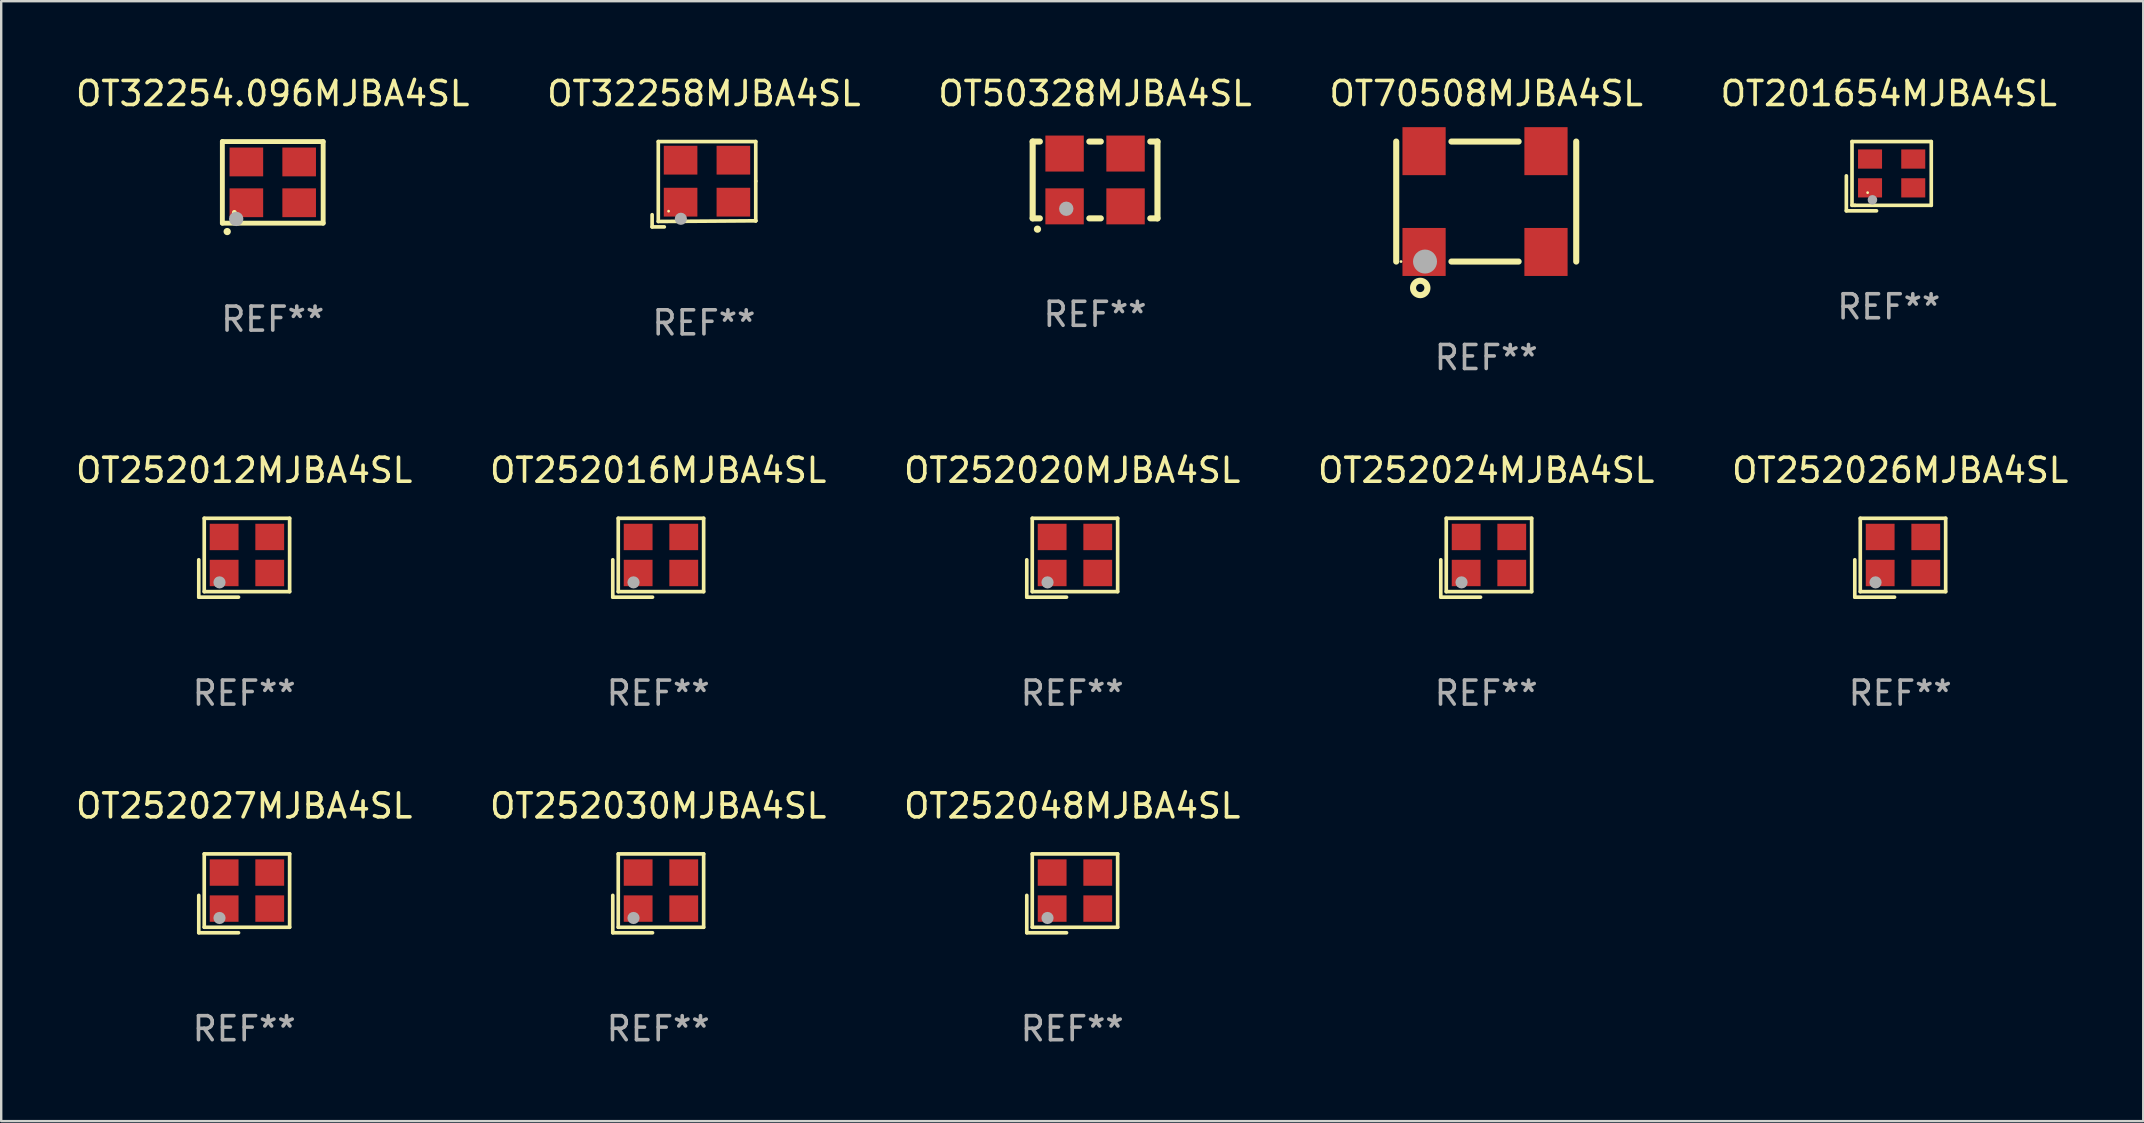
<source format=kicad_pcb>
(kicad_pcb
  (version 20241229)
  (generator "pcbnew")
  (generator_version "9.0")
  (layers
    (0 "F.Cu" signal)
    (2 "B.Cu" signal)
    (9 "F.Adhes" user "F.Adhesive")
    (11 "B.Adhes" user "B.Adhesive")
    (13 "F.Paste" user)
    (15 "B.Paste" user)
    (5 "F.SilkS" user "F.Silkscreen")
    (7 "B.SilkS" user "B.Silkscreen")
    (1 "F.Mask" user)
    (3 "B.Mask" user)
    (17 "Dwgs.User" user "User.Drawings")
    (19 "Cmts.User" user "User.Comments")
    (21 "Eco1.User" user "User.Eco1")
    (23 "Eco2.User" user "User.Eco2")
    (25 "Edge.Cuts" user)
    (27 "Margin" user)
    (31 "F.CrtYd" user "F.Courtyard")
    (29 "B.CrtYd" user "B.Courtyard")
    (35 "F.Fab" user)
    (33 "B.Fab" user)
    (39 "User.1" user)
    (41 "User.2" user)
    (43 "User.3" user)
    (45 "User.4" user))
  (footprint "OT201654MJBA4SL"
    (layer "F.Cu")
    (at 75.649 4.291)
    (property "Reference" "OT201654MJBA4SL" (at 0 -3.443 0) (layer "F.SilkS") (effects (font (size 1 1) (thickness 0.15))))
    (attr through_hole)
    (fp_line (start -1.769 -0.014) (end -1.769 1.443) (stroke (width 0.152) (type solid)) (layer "F.SilkS"))
    (fp_line (start -1.769 1.443) (end -0.512 1.443) (stroke (width 0.152) (type solid)) (layer "F.SilkS"))
    (fp_line (start -1.533 -1.443) (end 1.769 -1.443) (stroke (width 0.152) (type solid)) (layer "F.SilkS"))
    (fp_line (start -1.533 1.214) (end -1.533 -1.443) (stroke (width 0.152) (type solid)) (layer "F.SilkS"))
    (fp_line (start -1.411 1.214) (end -1.533 1.214) (stroke (width 0.152) (type solid)) (layer "F.SilkS"))
    (fp_line (start 1.769 -1.443) (end 1.769 1.214) (stroke (width 0.152) (type solid)) (layer "F.SilkS"))
    (fp_line (start 1.769 1.214) (end -1.411 1.214) (stroke (width 0.152) (type solid)) (layer "F.SilkS"))
    (fp_circle (center -0.882 0.686) (end -0.852 0.686) (stroke (width 0.06) (type solid)) (fill no) (layer "F.SilkS"))
    (fp_circle (center -0.682 0.986) (end -0.582 0.986) (stroke (width 0.2) (type solid)) (fill no) (layer "F.Fab"))
    (fp_text user "REF**" (at 0 5.443 0) (layer "F.Fab") (effects (font (size 1 1) (thickness 0.15))))
    (pad "1" smd rect (at -0.782 0.486 90) (size 0.8 1) (layers "F.Cu" "F.Mask" "F.Paste"))
    (pad "2" smd rect (at 1.018 0.486 90) (size 0.8 1) (layers "F.Cu" "F.Mask" "F.Paste"))
    (pad "3" smd rect (at 1.018 -0.714 90) (size 0.8 1) (layers "F.Cu" "F.Mask" "F.Paste"))
    (pad "4" smd rect (at -0.782 -0.714 90) (size 0.8 1) (layers "F.Cu" "F.Mask" "F.Paste")))
  (footprint "OT70508MJBA4SL"
    (layer "F.Cu")
    (at 58.875 5.348)
    (property "Reference" "OT70508MJBA4SL" (at 0 -4.5 0) (layer "F.SilkS") (effects (font (size 1 1) (thickness 0.15))))
    (attr through_hole)
    (fp_line (start -3.75 -2.5) (end -3.75 2.5) (stroke (width 0.254) (type solid)) (layer "F.SilkS"))
    (fp_line (start -1.45 -2.5) (end 1.35 -2.5) (stroke (width 0.254) (type solid)) (layer "F.SilkS"))
    (fp_line (start -1.45 2.5) (end 1.35 2.5) (stroke (width 0.254) (type solid)) (layer "F.SilkS"))
    (fp_line (start 3.75 -2.5) (end 3.75 2.5) (stroke (width 0.254) (type solid)) (layer "F.SilkS"))
    (fp_circle (center -3.55 2.5) (end -3.52 2.5) (stroke (width 0.06) (type solid)) (fill no) (layer "F.SilkS"))
    (fp_circle (center -2.75 3.6) (end -2.45 3.6) (stroke (width 0.254) (type solid)) (fill no) (layer "F.SilkS"))
    (fp_circle (center -2.55 2.5) (end -2.3 2.5) (stroke (width 0.5) (type solid)) (fill no) (layer "F.Fab"))
    (fp_text user "REF**" (at 0 6.5 0) (layer "F.Fab") (effects (font (size 1 1) (thickness 0.15))))
    (pad "1" smd rect (at -2.59 2.1) (size 1.8 2) (layers "F.Cu" "F.Mask" "F.Paste"))
    (pad "2" smd rect (at 2.49 2.1) (size 1.8 2) (layers "F.Cu" "F.Mask" "F.Paste"))
    (pad "3" smd rect (at 2.49 -2.1) (size 1.8 2) (layers "F.Cu" "F.Mask" "F.Paste"))
    (pad "4" smd rect (at -2.59 -2.1) (size 1.8 2) (layers "F.Cu" "F.Mask" "F.Paste")))
  (footprint "OT32254.096MJBA4SL"
    (layer "F.Cu")
    (at 8.315 4.548)
    (property "Reference" "OT32254.096MJBA4SL" (at 0 -3.7 0) (layer "F.SilkS") (effects (font (size 1 1) (thickness 0.15))))
    (attr through_hole)
    (fp_line (start -2.1 -1.7) (end -2.1 1.7) (stroke (width 0.203) (type solid)) (layer "F.SilkS"))
    (fp_line (start -2.1 1.7) (end 2.1 1.7) (stroke (width 0.203) (type solid)) (layer "F.SilkS"))
    (fp_line (start 2.1 -1.7) (end -2.1 -1.7) (stroke (width 0.203) (type solid)) (layer "F.SilkS"))
    (fp_line (start 2.1 1.7) (end 2.1 -1.7) (stroke (width 0.203) (type solid)) (layer "F.SilkS"))
    (fp_arc (start -1.899924 2.049784) (mid -1.898654 2.049779) (end -1.897384 2.049784) (stroke (width 0.3) (type solid)) (layer "F.SilkS"))
    (fp_circle (center -1.6 1.25) (end -1.55 1.25) (stroke (width 0.1) (type solid)) (fill no) (layer "F.SilkS"))
    (fp_circle (center -1.524 1.524) (end -1.374 1.524) (stroke (width 0.3) (type solid)) (fill no) (layer "F.Fab"))
    (fp_text user "REF**" (at 0 5.7 0) (layer "F.Fab") (effects (font (size 1 1) (thickness 0.15))))
    (pad "1" smd rect (at -1.1 0.85) (size 1.4 1.2) (layers "F.Cu" "F.Mask" "F.Paste"))
    (pad "2" smd rect (at 1.1 0.85) (size 1.4 1.2) (layers "F.Cu" "F.Mask" "F.Paste"))
    (pad "3" smd rect (at 1.1 -0.85) (size 1.4 1.2) (layers "F.Cu" "F.Mask" "F.Paste"))
    (pad "4" smd rect (at -1.1 -0.85) (size 1.4 1.2) (layers "F.Cu" "F.Mask" "F.Paste")))
  (footprint "OT252026MJBA4SL"
    (layer "F.Cu")
    (at 76.125 20.188)
    (property "Reference" "OT252026MJBA4SL" (at 0 -3.643 0) (layer "F.SilkS") (effects (font (size 1 1) (thickness 0.15))))
    (attr through_hole)
    (fp_line (start -1.893 0.086) (end -1.893 1.643) (stroke (width 0.152) (type solid)) (layer "F.SilkS"))
    (fp_line (start -1.893 1.643) (end -0.237 1.643) (stroke (width 0.152) (type solid)) (layer "F.SilkS"))
    (fp_line (start -1.665 -1.643) (end 1.893 -1.643) (stroke (width 0.152) (type solid)) (layer "F.SilkS"))
    (fp_line (start -1.665 1.414) (end -1.665 -1.643) (stroke (width 0.152) (type solid)) (layer "F.SilkS"))
    (fp_line (start 1.893 -1.643) (end 1.893 1.414) (stroke (width 0.152) (type solid)) (layer "F.SilkS"))
    (fp_line (start 1.893 1.414) (end -1.665 1.414) (stroke (width 0.152) (type solid)) (layer "F.SilkS"))
    (fp_circle (center -1.136 0.885) (end -1.106 0.885) (stroke (width 0.06) (type solid)) (fill no) (layer "F.SilkS"))
    (fp_circle (center -1.029 1.028) (end -0.902 1.028) (stroke (width 0.254) (type solid)) (fill no) (layer "F.Fab"))
    (fp_text user "REF**" (at 0 5.643 0) (layer "F.Fab") (effects (font (size 1 1) (thickness 0.15))))
    (pad "1" smd rect (at -0.836 0.636) (size 1.2 1.1) (layers "F.Cu" "F.Mask" "F.Paste"))
    (pad "2" smd rect (at 1.064 0.636) (size 1.2 1.1) (layers "F.Cu" "F.Mask" "F.Paste"))
    (pad "3" smd rect (at 1.064 -0.865) (size 1.2 1.1) (layers "F.Cu" "F.Mask" "F.Paste"))
    (pad "4" smd rect (at -0.836 -0.865) (size 1.2 1.1) (layers "F.Cu" "F.Mask" "F.Paste")))
  (footprint "OT50328MJBA4SL"
    (layer "F.Cu")
    (at 42.577 4.448)
    (property "Reference" "OT50328MJBA4SL" (at 0 -3.6 0) (layer "F.SilkS") (effects (font (size 1 1) (thickness 0.15))))
    (attr through_hole)
    (fp_line (start -2.6 -1.6) (end -2.301 -1.6) (stroke (width 0.254) (type solid)) (layer "F.SilkS"))
    (fp_line (start -2.6 1.6) (end -2.6 -1.6) (stroke (width 0.254) (type solid)) (layer "F.SilkS"))
    (fp_line (start -2.301 1.6) (end -2.6 1.6) (stroke (width 0.254) (type solid)) (layer "F.SilkS"))
    (fp_line (start -0.239 -1.6) (end 0.239 -1.6) (stroke (width 0.254) (type solid)) (layer "F.SilkS"))
    (fp_line (start 0.239 1.6) (end -0.239 1.6) (stroke (width 0.254) (type solid)) (layer "F.SilkS"))
    (fp_line (start 2.301 -1.6) (end 2.6 -1.6) (stroke (width 0.254) (type solid)) (layer "F.SilkS"))
    (fp_line (start 2.6 -1.6) (end 2.6 1.6) (stroke (width 0.254) (type solid)) (layer "F.SilkS"))
    (fp_line (start 2.6 1.6) (end 2.301 1.6) (stroke (width 0.254) (type solid)) (layer "F.SilkS"))
    (fp_arc (start -2.401219 2.049987) (mid -2.399949 2.049982) (end -2.398679 2.049987) (stroke (width 0.3) (type solid)) (layer "F.SilkS"))
    (fp_circle (center -2.5 1.6) (end -2.47 1.6) (stroke (width 0.06) (type solid)) (fill no) (layer "F.SilkS"))
    (fp_circle (center -1.2 1.2) (end -1.05 1.2) (stroke (width 0.3) (type solid)) (fill no) (layer "F.Fab"))
    (fp_text user "REF**" (at 0 5.6 0) (layer "F.Fab") (effects (font (size 1 1) (thickness 0.15))))
    (pad "1" smd rect (at -1.27 1.1) (size 1.6 1.5) (layers "F.Cu" "F.Mask" "F.Paste"))
    (pad "2" smd rect (at 1.27 1.1) (size 1.6 1.5) (layers "F.Cu" "F.Mask" "F.Paste"))
    (pad "3" smd rect (at 1.27 -1.1) (size 1.6 1.5) (layers "F.Cu" "F.Mask" "F.Paste"))
    (pad "4" smd rect (at -1.27 -1.1) (size 1.6 1.5) (layers "F.Cu" "F.Mask" "F.Paste")))
  (footprint "OT252030MJBA4SL"
    (layer "F.Cu")
    (at 24.375 34.171)
    (property "Reference" "OT252030MJBA4SL" (at 0 -3.643 0) (layer "F.SilkS") (effects (font (size 1 1) (thickness 0.15))))
    (attr through_hole)
    (fp_line (start -1.893 0.086) (end -1.893 1.643) (stroke (width 0.152) (type solid)) (layer "F.SilkS"))
    (fp_line (start -1.893 1.643) (end -0.237 1.643) (stroke (width 0.152) (type solid)) (layer "F.SilkS"))
    (fp_line (start -1.665 -1.643) (end 1.893 -1.643) (stroke (width 0.152) (type solid)) (layer "F.SilkS"))
    (fp_line (start -1.665 1.414) (end -1.665 -1.643) (stroke (width 0.152) (type solid)) (layer "F.SilkS"))
    (fp_line (start 1.893 -1.643) (end 1.893 1.414) (stroke (width 0.152) (type solid)) (layer "F.SilkS"))
    (fp_line (start 1.893 1.414) (end -1.665 1.414) (stroke (width 0.152) (type solid)) (layer "F.SilkS"))
    (fp_circle (center -1.136 0.885) (end -1.106 0.885) (stroke (width 0.06) (type solid)) (fill no) (layer "F.SilkS"))
    (fp_circle (center -1.029 1.028) (end -0.902 1.028) (stroke (width 0.254) (type solid)) (fill no) (layer "F.Fab"))
    (fp_text user "REF**" (at 0 5.643 0) (layer "F.Fab") (effects (font (size 1 1) (thickness 0.15))))
    (pad "1" smd rect (at -0.836 0.636) (size 1.2 1.1) (layers "F.Cu" "F.Mask" "F.Paste"))
    (pad "2" smd rect (at 1.064 0.636) (size 1.2 1.1) (layers "F.Cu" "F.Mask" "F.Paste"))
    (pad "3" smd rect (at 1.064 -0.865) (size 1.2 1.1) (layers "F.Cu" "F.Mask" "F.Paste"))
    (pad "4" smd rect (at -0.836 -0.865) (size 1.2 1.1) (layers "F.Cu" "F.Mask" "F.Paste")))
  (footprint "OT252027MJBA4SL"
    (layer "F.Cu")
    (at 7.125 34.171)
    (property "Reference" "OT252027MJBA4SL" (at 0 -3.643 0) (layer "F.SilkS") (effects (font (size 1 1) (thickness 0.15))))
    (attr through_hole)
    (fp_line (start -1.893 0.086) (end -1.893 1.643) (stroke (width 0.152) (type solid)) (layer "F.SilkS"))
    (fp_line (start -1.893 1.643) (end -0.237 1.643) (stroke (width 0.152) (type solid)) (layer "F.SilkS"))
    (fp_line (start -1.665 -1.643) (end 1.893 -1.643) (stroke (width 0.152) (type solid)) (layer "F.SilkS"))
    (fp_line (start -1.665 1.414) (end -1.665 -1.643) (stroke (width 0.152) (type solid)) (layer "F.SilkS"))
    (fp_line (start 1.893 -1.643) (end 1.893 1.414) (stroke (width 0.152) (type solid)) (layer "F.SilkS"))
    (fp_line (start 1.893 1.414) (end -1.665 1.414) (stroke (width 0.152) (type solid)) (layer "F.SilkS"))
    (fp_circle (center -1.136 0.885) (end -1.106 0.885) (stroke (width 0.06) (type solid)) (fill no) (layer "F.SilkS"))
    (fp_circle (center -1.029 1.028) (end -0.902 1.028) (stroke (width 0.254) (type solid)) (fill no) (layer "F.Fab"))
    (fp_text user "REF**" (at 0 5.643 0) (layer "F.Fab") (effects (font (size 1 1) (thickness 0.15))))
    (pad "1" smd rect (at -0.836 0.636) (size 1.2 1.1) (layers "F.Cu" "F.Mask" "F.Paste"))
    (pad "2" smd rect (at 1.064 0.636) (size 1.2 1.1) (layers "F.Cu" "F.Mask" "F.Paste"))
    (pad "3" smd rect (at 1.064 -0.865) (size 1.2 1.1) (layers "F.Cu" "F.Mask" "F.Paste"))
    (pad "4" smd rect (at -0.836 -0.865) (size 1.2 1.1) (layers "F.Cu" "F.Mask" "F.Paste")))
  (footprint "OT252048MJBA4SL"
    (layer "F.Cu")
    (at 41.625 34.171)
    (property "Reference" "OT252048MJBA4SL" (at 0 -3.643 0) (layer "F.SilkS") (effects (font (size 1 1) (thickness 0.15))))
    (attr through_hole)
    (fp_line (start -1.893 0.086) (end -1.893 1.643) (stroke (width 0.152) (type solid)) (layer "F.SilkS"))
    (fp_line (start -1.893 1.643) (end -0.237 1.643) (stroke (width 0.152) (type solid)) (layer "F.SilkS"))
    (fp_line (start -1.665 -1.643) (end 1.893 -1.643) (stroke (width 0.152) (type solid)) (layer "F.SilkS"))
    (fp_line (start -1.665 1.414) (end -1.665 -1.643) (stroke (width 0.152) (type solid)) (layer "F.SilkS"))
    (fp_line (start 1.893 -1.643) (end 1.893 1.414) (stroke (width 0.152) (type solid)) (layer "F.SilkS"))
    (fp_line (start 1.893 1.414) (end -1.665 1.414) (stroke (width 0.152) (type solid)) (layer "F.SilkS"))
    (fp_circle (center -1.136 0.885) (end -1.106 0.885) (stroke (width 0.06) (type solid)) (fill no) (layer "F.SilkS"))
    (fp_circle (center -1.029 1.028) (end -0.902 1.028) (stroke (width 0.254) (type solid)) (fill no) (layer "F.Fab"))
    (fp_text user "REF**" (at 0 5.643 0) (layer "F.Fab") (effects (font (size 1 1) (thickness 0.15))))
    (pad "1" smd rect (at -0.836 0.636) (size 1.2 1.1) (layers "F.Cu" "F.Mask" "F.Paste"))
    (pad "2" smd rect (at 1.064 0.636) (size 1.2 1.1) (layers "F.Cu" "F.Mask" "F.Paste"))
    (pad "3" smd rect (at 1.064 -0.865) (size 1.2 1.1) (layers "F.Cu" "F.Mask" "F.Paste"))
    (pad "4" smd rect (at -0.836 -0.865) (size 1.2 1.1) (layers "F.Cu" "F.Mask" "F.Paste")))
  (footprint "OT32258MJBA4SL"
    (layer "F.Cu")
    (at 26.28 4.626)
    (property "Reference" "OT32258MJBA4SL" (at 0 -3.778 0) (layer "F.SilkS") (effects (font (size 1 1) (thickness 0.15))))
    (attr through_hole)
    (fp_line (start -2.159 1.27) (end -2.159 1.778) (stroke (width 0.152) (type solid)) (layer "F.SilkS"))
    (fp_line (start -2.159 1.778) (end -1.651 1.778) (stroke (width 0.152) (type solid)) (layer "F.SilkS"))
    (fp_line (start -1.902 -1.778) (end 2.159 -1.778) (stroke (width 0.152) (type solid)) (layer "F.SilkS"))
    (fp_line (start -1.902 1.552) (end -1.902 -1.778) (stroke (width 0.152) (type solid)) (layer "F.SilkS"))
    (fp_line (start 2.159 -1.778) (end 2.159 -0.127) (stroke (width 0.152) (type solid)) (layer "F.SilkS"))
    (fp_line (start 2.159 -0.127) (end 2.159 1.524) (stroke (width 0.152) (type solid)) (layer "F.SilkS"))
    (fp_line (start 2.159 1.524) (end -1.902 1.552) (stroke (width 0.152) (type solid)) (layer "F.SilkS"))
    (fp_line (start 2.159 1.524) (end 2.159 1.524) (stroke (width 0.152) (type solid)) (layer "F.SilkS"))
    (fp_circle (center -1.473 1.123) (end -1.443 1.123) (stroke (width 0.06) (type solid)) (fill no) (layer "F.SilkS"))
    (fp_circle (center -0.961 1.44) (end -0.834 1.44) (stroke (width 0.254) (type solid)) (fill no) (layer "F.Fab"))
    (fp_text user "REF**" (at 0 5.778 0) (layer "F.Fab") (effects (font (size 1 1) (thickness 0.15))))
    (pad "1" smd rect (at -0.973 0.748) (size 1.4 1.2) (layers "F.Cu" "F.Mask" "F.Paste"))
    (pad "2" smd rect (at 1.227 0.748) (size 1.4 1.2) (layers "F.Cu" "F.Mask" "F.Paste"))
    (pad "3" smd rect (at 1.227 -1.002) (size 1.4 1.2) (layers "F.Cu" "F.Mask" "F.Paste"))
    (pad "4" smd rect (at -0.973 -1.002) (size 1.4 1.2) (layers "F.Cu" "F.Mask" "F.Paste")))
  (footprint "OT252024MJBA4SL"
    (layer "F.Cu")
    (at 58.875 20.188)
    (property "Reference" "OT252024MJBA4SL" (at 0 -3.643 0) (layer "F.SilkS") (effects (font (size 1 1) (thickness 0.15))))
    (attr through_hole)
    (fp_line (start -1.893 0.086) (end -1.893 1.643) (stroke (width 0.152) (type solid)) (layer "F.SilkS"))
    (fp_line (start -1.893 1.643) (end -0.237 1.643) (stroke (width 0.152) (type solid)) (layer "F.SilkS"))
    (fp_line (start -1.665 -1.643) (end 1.893 -1.643) (stroke (width 0.152) (type solid)) (layer "F.SilkS"))
    (fp_line (start -1.665 1.414) (end -1.665 -1.643) (stroke (width 0.152) (type solid)) (layer "F.SilkS"))
    (fp_line (start 1.893 -1.643) (end 1.893 1.414) (stroke (width 0.152) (type solid)) (layer "F.SilkS"))
    (fp_line (start 1.893 1.414) (end -1.665 1.414) (stroke (width 0.152) (type solid)) (layer "F.SilkS"))
    (fp_circle (center -1.136 0.885) (end -1.106 0.885) (stroke (width 0.06) (type solid)) (fill no) (layer "F.SilkS"))
    (fp_circle (center -1.029 1.028) (end -0.902 1.028) (stroke (width 0.254) (type solid)) (fill no) (layer "F.Fab"))
    (fp_text user "REF**" (at 0 5.643 0) (layer "F.Fab") (effects (font (size 1 1) (thickness 0.15))))
    (pad "1" smd rect (at -0.836 0.636) (size 1.2 1.1) (layers "F.Cu" "F.Mask" "F.Paste"))
    (pad "2" smd rect (at 1.064 0.636) (size 1.2 1.1) (layers "F.Cu" "F.Mask" "F.Paste"))
    (pad "3" smd rect (at 1.064 -0.865) (size 1.2 1.1) (layers "F.Cu" "F.Mask" "F.Paste"))
    (pad "4" smd rect (at -0.836 -0.865) (size 1.2 1.1) (layers "F.Cu" "F.Mask" "F.Paste")))
  (footprint "OT252020MJBA4SL"
    (layer "F.Cu")
    (at 41.625 20.188)
    (property "Reference" "OT252020MJBA4SL" (at 0 -3.643 0) (layer "F.SilkS") (effects (font (size 1 1) (thickness 0.15))))
    (attr through_hole)
    (fp_line (start -1.893 0.086) (end -1.893 1.643) (stroke (width 0.152) (type solid)) (layer "F.SilkS"))
    (fp_line (start -1.893 1.643) (end -0.237 1.643) (stroke (width 0.152) (type solid)) (layer "F.SilkS"))
    (fp_line (start -1.665 -1.643) (end 1.893 -1.643) (stroke (width 0.152) (type solid)) (layer "F.SilkS"))
    (fp_line (start -1.665 1.414) (end -1.665 -1.643) (stroke (width 0.152) (type solid)) (layer "F.SilkS"))
    (fp_line (start 1.893 -1.643) (end 1.893 1.414) (stroke (width 0.152) (type solid)) (layer "F.SilkS"))
    (fp_line (start 1.893 1.414) (end -1.665 1.414) (stroke (width 0.152) (type solid)) (layer "F.SilkS"))
    (fp_circle (center -1.136 0.885) (end -1.106 0.885) (stroke (width 0.06) (type solid)) (fill no) (layer "F.SilkS"))
    (fp_circle (center -1.029 1.028) (end -0.902 1.028) (stroke (width 0.254) (type solid)) (fill no) (layer "F.Fab"))
    (fp_text user "REF**" (at 0 5.643 0) (layer "F.Fab") (effects (font (size 1 1) (thickness 0.15))))
    (pad "1" smd rect (at -0.836 0.636) (size 1.2 1.1) (layers "F.Cu" "F.Mask" "F.Paste"))
    (pad "2" smd rect (at 1.064 0.636) (size 1.2 1.1) (layers "F.Cu" "F.Mask" "F.Paste"))
    (pad "3" smd rect (at 1.064 -0.865) (size 1.2 1.1) (layers "F.Cu" "F.Mask" "F.Paste"))
    (pad "4" smd rect (at -0.836 -0.865) (size 1.2 1.1) (layers "F.Cu" "F.Mask" "F.Paste")))
  (footprint "OT252012MJBA4SL"
    (layer "F.Cu")
    (at 7.125 20.188)
    (property "Reference" "OT252012MJBA4SL" (at 0 -3.643 0) (layer "F.SilkS") (effects (font (size 1 1) (thickness 0.15))))
    (attr through_hole)
    (fp_line (start -1.893 0.086) (end -1.893 1.643) (stroke (width 0.152) (type solid)) (layer "F.SilkS"))
    (fp_line (start -1.893 1.643) (end -0.237 1.643) (stroke (width 0.152) (type solid)) (layer "F.SilkS"))
    (fp_line (start -1.665 -1.643) (end 1.893 -1.643) (stroke (width 0.152) (type solid)) (layer "F.SilkS"))
    (fp_line (start -1.665 1.414) (end -1.665 -1.643) (stroke (width 0.152) (type solid)) (layer "F.SilkS"))
    (fp_line (start 1.893 -1.643) (end 1.893 1.414) (stroke (width 0.152) (type solid)) (layer "F.SilkS"))
    (fp_line (start 1.893 1.414) (end -1.665 1.414) (stroke (width 0.152) (type solid)) (layer "F.SilkS"))
    (fp_circle (center -1.136 0.885) (end -1.106 0.885) (stroke (width 0.06) (type solid)) (fill no) (layer "F.SilkS"))
    (fp_circle (center -1.029 1.028) (end -0.902 1.028) (stroke (width 0.254) (type solid)) (fill no) (layer "F.Fab"))
    (fp_text user "REF**" (at 0 5.643 0) (layer "F.Fab") (effects (font (size 1 1) (thickness 0.15))))
    (pad "1" smd rect (at -0.836 0.636) (size 1.2 1.1) (layers "F.Cu" "F.Mask" "F.Paste"))
    (pad "2" smd rect (at 1.064 0.636) (size 1.2 1.1) (layers "F.Cu" "F.Mask" "F.Paste"))
    (pad "3" smd rect (at 1.064 -0.865) (size 1.2 1.1) (layers "F.Cu" "F.Mask" "F.Paste"))
    (pad "4" smd rect (at -0.836 -0.865) (size 1.2 1.1) (layers "F.Cu" "F.Mask" "F.Paste")))
  (footprint "OT252016MJBA4SL"
    (layer "F.Cu")
    (at 24.375 20.188)
    (property "Reference" "OT252016MJBA4SL" (at 0 -3.643 0) (layer "F.SilkS") (effects (font (size 1 1) (thickness 0.15))))
    (attr through_hole)
    (fp_line (start -1.893 0.086) (end -1.893 1.643) (stroke (width 0.152) (type solid)) (layer "F.SilkS"))
    (fp_line (start -1.893 1.643) (end -0.237 1.643) (stroke (width 0.152) (type solid)) (layer "F.SilkS"))
    (fp_line (start -1.665 -1.643) (end 1.893 -1.643) (stroke (width 0.152) (type solid)) (layer "F.SilkS"))
    (fp_line (start -1.665 1.414) (end -1.665 -1.643) (stroke (width 0.152) (type solid)) (layer "F.SilkS"))
    (fp_line (start 1.893 -1.643) (end 1.893 1.414) (stroke (width 0.152) (type solid)) (layer "F.SilkS"))
    (fp_line (start 1.893 1.414) (end -1.665 1.414) (stroke (width 0.152) (type solid)) (layer "F.SilkS"))
    (fp_circle (center -1.136 0.885) (end -1.106 0.885) (stroke (width 0.06) (type solid)) (fill no) (layer "F.SilkS"))
    (fp_circle (center -1.029 1.028) (end -0.902 1.028) (stroke (width 0.254) (type solid)) (fill no) (layer "F.Fab"))
    (fp_text user "REF**" (at 0 5.643 0) (layer "F.Fab") (effects (font (size 1 1) (thickness 0.15))))
    (pad "1" smd rect (at -0.836 0.636) (size 1.2 1.1) (layers "F.Cu" "F.Mask" "F.Paste"))
    (pad "2" smd rect (at 1.064 0.636) (size 1.2 1.1) (layers "F.Cu" "F.Mask" "F.Paste"))
    (pad "3" smd rect (at 1.064 -0.865) (size 1.2 1.1) (layers "F.Cu" "F.Mask" "F.Paste"))
    (pad "4" smd rect (at -0.836 -0.865) (size 1.2 1.1) (layers "F.Cu" "F.Mask" "F.Paste")))
  (gr_rect
    (start -3 -3)
    (end 86.25 43.662)
    (stroke (width 0.1) (type default))
    (fill no)
    (layer "Edge.Cuts")))
</source>
